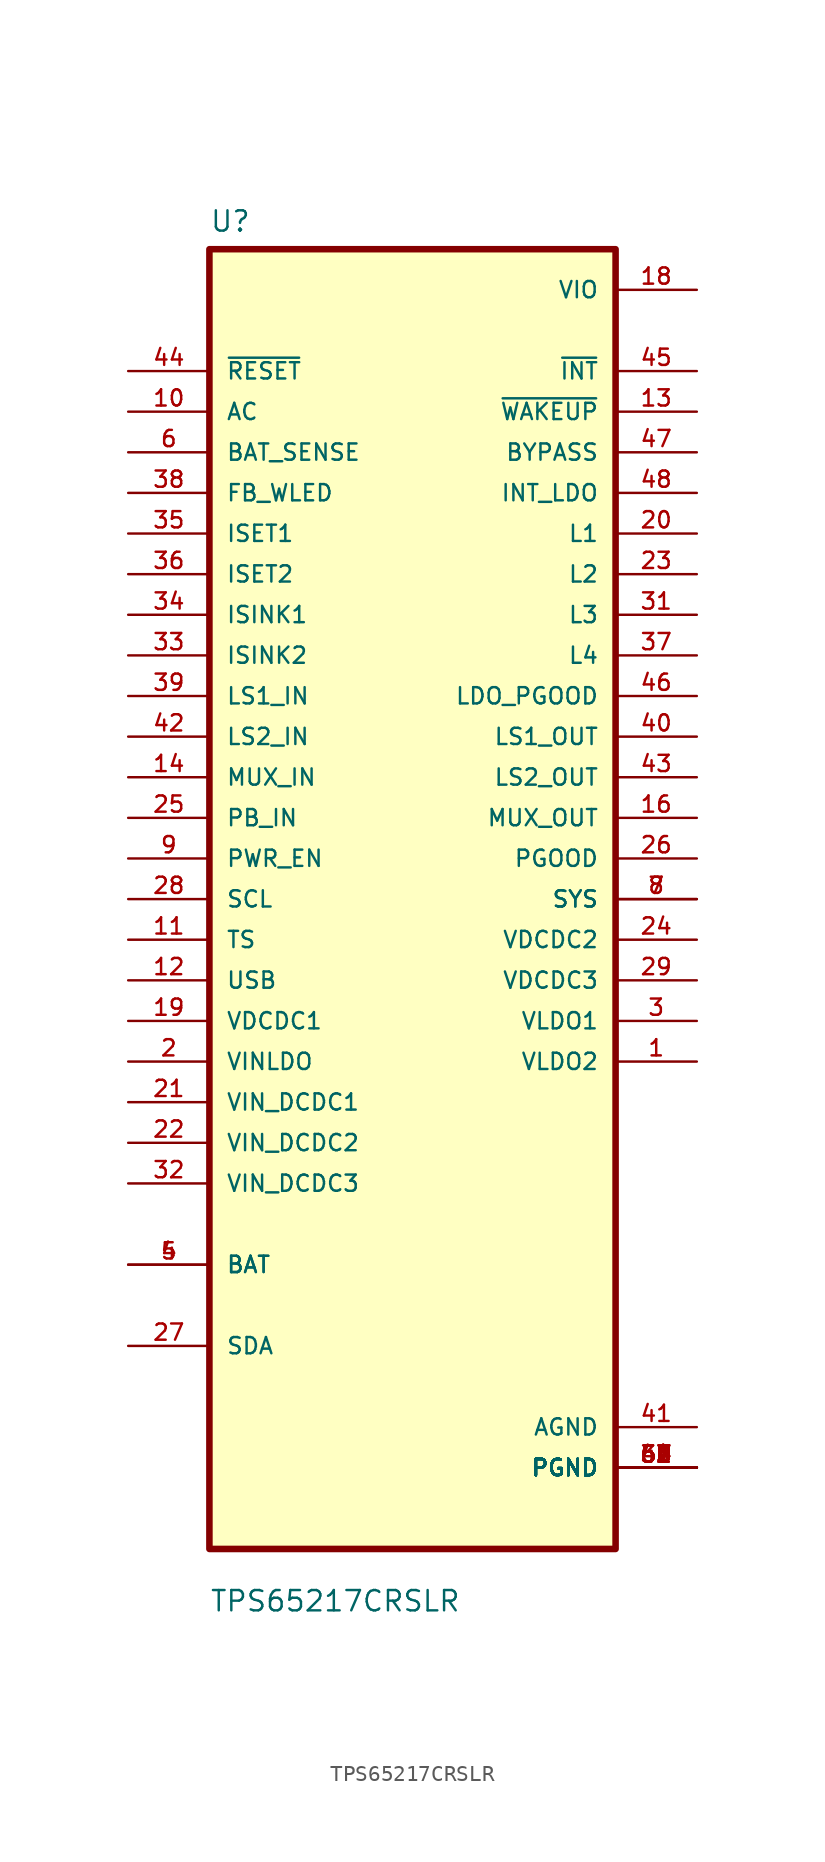
<source format=kicad_sym>
(kicad_symbol_lib
  (version 20211014)
  (generator kicad_symbol_editor)
  (symbol "TPS65217CRSLR"
    (pin_names
      (offset 1.016))
    (property "Reference" "U"
      (at -12.7 41.64 0.0)
      (effects (font (size 1.27 1.27)) (justify bottom left)))
    (property "Value" "TPS65217CRSLR"
      (at -12.7 -44.64 0.0)
      (effects (font (size 1.27 1.27)) (justify bottom left)))
    (symbol "TPS65217CRSLR_0_0"
      (rectangle (start -12.7 -40.64) (end 12.7 40.64) (stroke (width 0.41)) (fill (type background)))
      (pin input line (at -17.78 33.02 0) (length 5.08) (name "~{RESET}" (effects (font (size 1.016 1.016)))) (number "44" (effects (font (size 1.016 1.016)))))
      (pin input line (at -17.78 30.48 0) (length 5.08) (name "AC" (effects (font (size 1.016 1.016)))) (number "10" (effects (font (size 1.016 1.016)))))
      (pin input line (at -17.78 27.94 0) (length 5.08) (name "BAT_SENSE" (effects (font (size 1.016 1.016)))) (number "6" (effects (font (size 1.016 1.016)))))
      (pin input line (at -17.78 25.4 0) (length 5.08) (name "FB_WLED" (effects (font (size 1.016 1.016)))) (number "38" (effects (font (size 1.016 1.016)))))
      (pin input line (at -17.78 22.86 0) (length 5.08) (name "ISET1" (effects (font (size 1.016 1.016)))) (number "35" (effects (font (size 1.016 1.016)))))
      (pin input line (at -17.78 20.32 0) (length 5.08) (name "ISET2" (effects (font (size 1.016 1.016)))) (number "36" (effects (font (size 1.016 1.016)))))
      (pin input line (at -17.78 17.78 0) (length 5.08) (name "ISINK1" (effects (font (size 1.016 1.016)))) (number "34" (effects (font (size 1.016 1.016)))))
      (pin input line (at -17.78 15.24 0) (length 5.08) (name "ISINK2" (effects (font (size 1.016 1.016)))) (number "33" (effects (font (size 1.016 1.016)))))
      (pin input line (at -17.78 12.7 0) (length 5.08) (name "LS1_IN" (effects (font (size 1.016 1.016)))) (number "39" (effects (font (size 1.016 1.016)))))
      (pin input line (at -17.78 10.16 0) (length 5.08) (name "LS2_IN" (effects (font (size 1.016 1.016)))) (number "42" (effects (font (size 1.016 1.016)))))
      (pin input line (at -17.78 7.62 0) (length 5.08) (name "MUX_IN" (effects (font (size 1.016 1.016)))) (number "14" (effects (font (size 1.016 1.016)))))
      (pin input line (at -17.78 5.08 0) (length 5.08) (name "PB_IN" (effects (font (size 1.016 1.016)))) (number "25" (effects (font (size 1.016 1.016)))))
      (pin input line (at -17.78 2.54 0) (length 5.08) (name "PWR_EN" (effects (font (size 1.016 1.016)))) (number "9" (effects (font (size 1.016 1.016)))))
      (pin input line (at -17.78 1.06581e-14 0) (length 5.08) (name "SCL" (effects (font (size 1.016 1.016)))) (number "28" (effects (font (size 1.016 1.016)))))
      (pin input line (at -17.78 -2.54 0) (length 5.08) (name "TS" (effects (font (size 1.016 1.016)))) (number "11" (effects (font (size 1.016 1.016)))))
      (pin input line (at -17.78 -5.08 0) (length 5.08) (name "USB" (effects (font (size 1.016 1.016)))) (number "12" (effects (font (size 1.016 1.016)))))
      (pin input line (at -17.78 -7.62 0) (length 5.08) (name "VDCDC1" (effects (font (size 1.016 1.016)))) (number "19" (effects (font (size 1.016 1.016)))))
      (pin input line (at -17.78 -10.16 0) (length 5.08) (name "VINLDO" (effects (font (size 1.016 1.016)))) (number "2" (effects (font (size 1.016 1.016)))))
      (pin input line (at -17.78 -12.7 0) (length 5.08) (name "VIN_DCDC1" (effects (font (size 1.016 1.016)))) (number "21" (effects (font (size 1.016 1.016)))))
      (pin input line (at -17.78 -15.24 0) (length 5.08) (name "VIN_DCDC2" (effects (font (size 1.016 1.016)))) (number "22" (effects (font (size 1.016 1.016)))))
      (pin input line (at -17.78 -17.78 0) (length 5.08) (name "VIN_DCDC3" (effects (font (size 1.016 1.016)))) (number "32" (effects (font (size 1.016 1.016)))))
      (pin bidirectional line (at -17.78 -22.86 0) (length 5.08) (name "BAT" (effects (font (size 1.016 1.016)))) (number "4" (effects (font (size 1.016 1.016)))))
      (pin bidirectional line (at -17.78 -22.86 0) (length 5.08) (name "BAT" (effects (font (size 1.016 1.016)))) (number "5" (effects (font (size 1.016 1.016)))))
      (pin bidirectional line (at -17.78 -27.94 0) (length 5.08) (name "SDA" (effects (font (size 1.016 1.016)))) (number "27" (effects (font (size 1.016 1.016)))))
      (pin power_in line (at 17.78 38.1 180.0) (length 5.08) (name "VIO" (effects (font (size 1.016 1.016)))) (number "18" (effects (font (size 1.016 1.016)))))
      (pin output line (at 17.78 33.02 180.0) (length 5.08) (name "~{INT}" (effects (font (size 1.016 1.016)))) (number "45" (effects (font (size 1.016 1.016)))))
      (pin output line (at 17.78 30.48 180.0) (length 5.08) (name "~{WAKEUP}" (effects (font (size 1.016 1.016)))) (number "13" (effects (font (size 1.016 1.016)))))
      (pin output line (at 17.78 27.94 180.0) (length 5.08) (name "BYPASS" (effects (font (size 1.016 1.016)))) (number "47" (effects (font (size 1.016 1.016)))))
      (pin output line (at 17.78 25.4 180.0) (length 5.08) (name "INT_LDO" (effects (font (size 1.016 1.016)))) (number "48" (effects (font (size 1.016 1.016)))))
      (pin output line (at 17.78 22.86 180.0) (length 5.08) (name "L1" (effects (font (size 1.016 1.016)))) (number "20" (effects (font (size 1.016 1.016)))))
      (pin output line (at 17.78 20.32 180.0) (length 5.08) (name "L2" (effects (font (size 1.016 1.016)))) (number "23" (effects (font (size 1.016 1.016)))))
      (pin output line (at 17.78 17.78 180.0) (length 5.08) (name "L3" (effects (font (size 1.016 1.016)))) (number "31" (effects (font (size 1.016 1.016)))))
      (pin output line (at 17.78 15.24 180.0) (length 5.08) (name "L4" (effects (font (size 1.016 1.016)))) (number "37" (effects (font (size 1.016 1.016)))))
      (pin output line (at 17.78 12.7 180.0) (length 5.08) (name "LDO_PGOOD" (effects (font (size 1.016 1.016)))) (number "46" (effects (font (size 1.016 1.016)))))
      (pin output line (at 17.78 10.16 180.0) (length 5.08) (name "LS1_OUT" (effects (font (size 1.016 1.016)))) (number "40" (effects (font (size 1.016 1.016)))))
      (pin output line (at 17.78 7.62 180.0) (length 5.08) (name "LS2_OUT" (effects (font (size 1.016 1.016)))) (number "43" (effects (font (size 1.016 1.016)))))
      (pin output line (at 17.78 5.08 180.0) (length 5.08) (name "MUX_OUT" (effects (font (size 1.016 1.016)))) (number "16" (effects (font (size 1.016 1.016)))))
      (pin output line (at 17.78 2.54 180.0) (length 5.08) (name "PGOOD" (effects (font (size 1.016 1.016)))) (number "26" (effects (font (size 1.016 1.016)))))
      (pin output line (at 17.78 1.06581e-14 180.0) (length 5.08) (name "SYS" (effects (font (size 1.016 1.016)))) (number "7" (effects (font (size 1.016 1.016)))))
      (pin output line (at 17.78 1.06581e-14 180.0) (length 5.08) (name "SYS" (effects (font (size 1.016 1.016)))) (number "8" (effects (font (size 1.016 1.016)))))
      (pin output line (at 17.78 -2.54 180.0) (length 5.08) (name "VDCDC2" (effects (font (size 1.016 1.016)))) (number "24" (effects (font (size 1.016 1.016)))))
      (pin output line (at 17.78 -5.08 180.0) (length 5.08) (name "VDCDC3" (effects (font (size 1.016 1.016)))) (number "29" (effects (font (size 1.016 1.016)))))
      (pin output line (at 17.78 -7.62 180.0) (length 5.08) (name "VLDO1" (effects (font (size 1.016 1.016)))) (number "3" (effects (font (size 1.016 1.016)))))
      (pin output line (at 17.78 -10.16 180.0) (length 5.08) (name "VLDO2" (effects (font (size 1.016 1.016)))) (number "1" (effects (font (size 1.016 1.016)))))
      (pin power_in line (at 17.78 -33.02 180.0) (length 5.08) (name "AGND" (effects (font (size 1.016 1.016)))) (number "41" (effects (font (size 1.016 1.016)))))
      (pin power_in line (at 17.78 -35.56 180.0) (length 5.08) (name "PGND" (effects (font (size 1.016 1.016)))) (number "30" (effects (font (size 1.016 1.016)))))
      (pin power_in line (at 17.78 -35.56 180.0) (length 5.08) (name "PGND" (effects (font (size 1.016 1.016)))) (number "49" (effects (font (size 1.016 1.016)))))
      (pin power_in line (at 17.78 -35.56 180.0) (length 5.08) (name "PGND" (effects (font (size 1.016 1.016)))) (number "50" (effects (font (size 1.016 1.016)))))
      (pin power_in line (at 17.78 -35.56 180.0) (length 5.08) (name "PGND" (effects (font (size 1.016 1.016)))) (number "51" (effects (font (size 1.016 1.016)))))
      (pin power_in line (at 17.78 -35.56 180.0) (length 5.08) (name "PGND" (effects (font (size 1.016 1.016)))) (number "52" (effects (font (size 1.016 1.016)))))
      (pin power_in line (at 17.78 -35.56 180.0) (length 5.08) (name "PGND" (effects (font (size 1.016 1.016)))) (number "53" (effects (font (size 1.016 1.016)))))
      (pin power_in line (at 17.78 -35.56 180.0) (length 5.08) (name "PGND" (effects (font (size 1.016 1.016)))) (number "54" (effects (font (size 1.016 1.016)))))
      (pin power_in line (at 17.78 -35.56 180.0) (length 5.08) (name "PGND" (effects (font (size 1.016 1.016)))) (number "55" (effects (font (size 1.016 1.016)))))
      (pin power_in line (at 17.78 -35.56 180.0) (length 5.08) (name "PGND" (effects (font (size 1.016 1.016)))) (number "56" (effects (font (size 1.016 1.016)))))
      (pin power_in line (at 17.78 -35.56 180.0) (length 5.08) (name "PGND" (effects (font (size 1.016 1.016)))) (number "57" (effects (font (size 1.016 1.016)))))
      (pin power_in line (at 17.78 -35.56 180.0) (length 5.08) (name "PGND" (effects (font (size 1.016 1.016)))) (number "58" (effects (font (size 1.016 1.016)))))
      (pin power_in line (at 17.78 -35.56 180.0) (length 5.08) (name "PGND" (effects (font (size 1.016 1.016)))) (number "59" (effects (font (size 1.016 1.016)))))
      (pin power_in line (at 17.78 -35.56 180.0) (length 5.08) (name "PGND" (effects (font (size 1.016 1.016)))) (number "60" (effects (font (size 1.016 1.016)))))
      (pin power_in line (at 17.78 -35.56 180.0) (length 5.08) (name "PGND" (effects (font (size 1.016 1.016)))) (number "61" (effects (font (size 1.016 1.016)))))
      (pin power_in line (at 17.78 -35.56 180.0) (length 5.08) (name "PGND" (effects (font (size 1.016 1.016)))) (number "62" (effects (font (size 1.016 1.016)))))
      (pin power_in line (at 17.78 -35.56 180.0) (length 5.08) (name "PGND" (effects (font (size 1.016 1.016)))) (number "63" (effects (font (size 1.016 1.016)))))
      (pin power_in line (at 17.78 -35.56 180.0) (length 5.08) (name "PGND" (effects (font (size 1.016 1.016)))) (number "64" (effects (font (size 1.016 1.016)))))
      (pin power_in line (at 17.78 -35.56 180.0) (length 5.08) (name "PGND" (effects (font (size 1.016 1.016)))) (number "65" (effects (font (size 1.016 1.016))))))))
</source>
